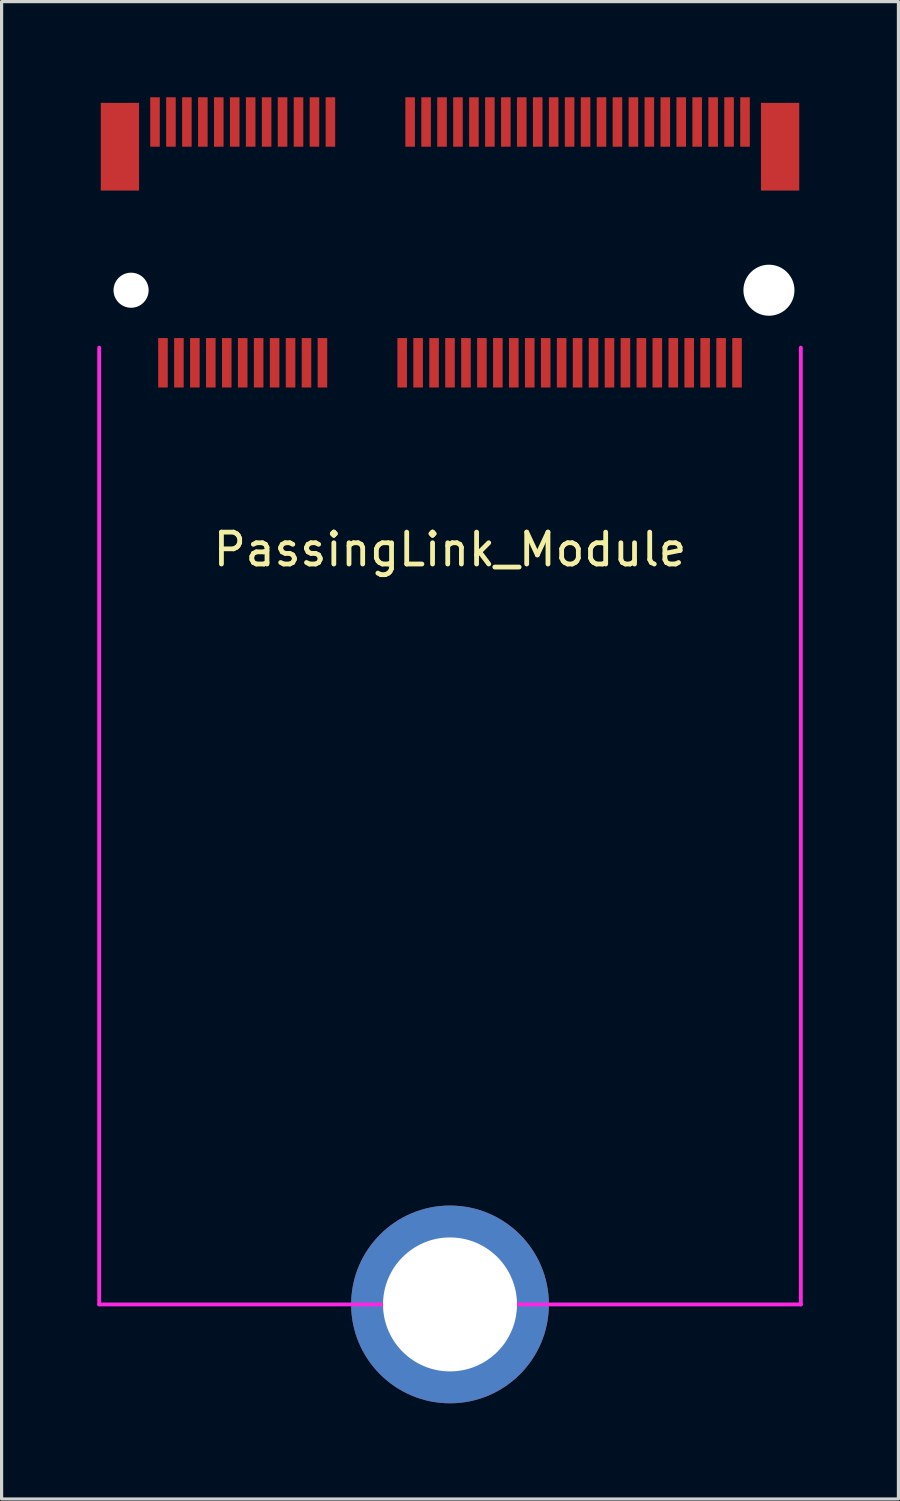
<source format=kicad_pcb>
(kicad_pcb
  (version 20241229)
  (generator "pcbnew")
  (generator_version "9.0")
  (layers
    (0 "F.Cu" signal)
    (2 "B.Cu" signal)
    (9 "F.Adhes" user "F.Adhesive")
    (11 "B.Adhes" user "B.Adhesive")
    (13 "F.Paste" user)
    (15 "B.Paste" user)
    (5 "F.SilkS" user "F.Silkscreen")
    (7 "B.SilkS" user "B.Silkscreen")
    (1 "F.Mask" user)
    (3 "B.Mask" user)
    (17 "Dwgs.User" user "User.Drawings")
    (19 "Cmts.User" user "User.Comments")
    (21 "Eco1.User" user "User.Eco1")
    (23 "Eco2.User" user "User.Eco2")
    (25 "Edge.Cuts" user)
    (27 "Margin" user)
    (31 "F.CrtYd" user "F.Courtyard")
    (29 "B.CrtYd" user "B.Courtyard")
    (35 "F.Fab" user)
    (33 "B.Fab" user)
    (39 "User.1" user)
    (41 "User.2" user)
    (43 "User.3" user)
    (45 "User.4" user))
  (footprint "PassingLink_Module"
    (layer "F.Cu")
    (at 11.06 9.1)
    (property "Reference" "PassingLink_Module" (at 0 5.08 0) (layer "F.SilkS") (effects (font (size 1 1) (thickness 0.15))))
    (attr through_hole)
    (fp_line (start -11 -1.25) (end -11 28.75) (stroke (width 0.12) (type solid)) (layer "F.CrtYd"))
    (fp_line (start -11 28.75) (end -1.75 28.75) (stroke (width 0.12) (type solid)) (layer "F.CrtYd"))
    (fp_line (start 11 -1.25) (end 11 28.75) (stroke (width 0.12) (type solid)) (layer "F.CrtYd"))
    (fp_line (start 11 28.75) (end 1.75 28.75) (stroke (width 0.12) (type solid)) (layer "F.CrtYd"))
    (fp_arc (start -1.75 28.75) (mid 0 27) (end 1.75 28.75) (stroke (width 0.12) (type solid)) (layer "F.CrtYd"))
    (pad "" smd rect (at -10.35 -7.55) (size 1.2 2.75) (layers "F.Cu" "F.Mask" "F.Paste"))
    (pad "" np_thru_hole circle (at -10 -3.05) (size 1.1 1.1) (drill 1.1) (layers "*.Cu" "*.Mask" "F.Paste"))
    (pad "" np_thru_hole circle (at 10 -3.05) (size 1.6 1.6) (drill 1.6) (layers "*.Cu" "*.Mask"))
    (pad "" smd rect (at 10.35 -7.55) (size 1.2 2.75) (layers "F.Cu" "F.Mask" "F.Paste"))
    (pad "1" smd rect (at -9.25 -8.325) (size 0.3 1.55) (layers "F.Cu" "F.Mask" "F.Paste"))
    (pad "2" smd rect (at -9 -0.775) (size 0.3 1.55) (layers "F.Cu" "F.Mask" "F.Paste"))
    (pad "3" smd rect (at -8.75 -8.325) (size 0.3 1.55) (layers "F.Cu" "F.Mask" "F.Paste"))
    (pad "4" smd rect (at -8.5 -0.775) (size 0.3 1.55) (layers "F.Cu" "F.Mask" "F.Paste"))
    (pad "5" smd rect (at -8.25 -8.325) (size 0.3 1.55) (layers "F.Cu" "F.Mask" "F.Paste"))
    (pad "6" smd rect (at -8 -0.775) (size 0.3 1.55) (layers "F.Cu" "F.Mask" "F.Paste"))
    (pad "7" smd rect (at -7.75 -8.325) (size 0.3 1.55) (layers "F.Cu" "F.Mask" "F.Paste"))
    (pad "8" smd rect (at -7.5 -0.775) (size 0.3 1.55) (layers "F.Cu" "F.Mask" "F.Paste"))
    (pad "9" smd rect (at -7.25 -8.325) (size 0.3 1.55) (layers "F.Cu" "F.Mask" "F.Paste"))
    (pad "10" smd rect (at -7 -0.775) (size 0.3 1.55) (layers "F.Cu" "F.Mask" "F.Paste"))
    (pad "11" smd rect (at -6.75 -8.325) (size 0.3 1.55) (layers "F.Cu" "F.Mask" "F.Paste"))
    (pad "12" smd rect (at -6.5 -0.775) (size 0.3 1.55) (layers "F.Cu" "F.Mask" "F.Paste"))
    (pad "13" smd rect (at -6.25 -8.325) (size 0.3 1.55) (layers "F.Cu" "F.Mask" "F.Paste"))
    (pad "14" smd rect (at -6 -0.775) (size 0.3 1.55) (layers "F.Cu" "F.Mask" "F.Paste"))
    (pad "15" smd rect (at -5.75 -8.325) (size 0.3 1.55) (layers "F.Cu" "F.Mask" "F.Paste"))
    (pad "16" smd rect (at -5.5 -0.775) (size 0.3 1.55) (layers "F.Cu" "F.Mask" "F.Paste"))
    (pad "17" smd rect (at -5.25 -8.325) (size 0.3 1.55) (layers "F.Cu" "F.Mask" "F.Paste"))
    (pad "18" smd rect (at -5 -0.775) (size 0.3 1.55) (layers "F.Cu" "F.Mask" "F.Paste"))
    (pad "19" smd rect (at -4.75 -8.325) (size 0.3 1.55) (layers "F.Cu" "F.Mask" "F.Paste"))
    (pad "20" smd rect (at -4.5 -0.775) (size 0.3 1.55) (layers "F.Cu" "F.Mask" "F.Paste"))
    (pad "21" smd rect (at -4.25 -8.325) (size 0.3 1.55) (layers "F.Cu" "F.Mask" "F.Paste"))
    (pad "22" smd rect (at -4 -0.775) (size 0.3 1.55) (layers "F.Cu" "F.Mask" "F.Paste"))
    (pad "23" smd rect (at -3.75 -8.325) (size 0.3 1.55) (layers "F.Cu" "F.Mask" "F.Paste"))
    (pad "32" smd rect (at -1.5 -0.775) (size 0.3 1.55) (layers "F.Cu" "F.Mask" "F.Paste"))
    (pad "33" smd rect (at -1.25 -8.325) (size 0.3 1.55) (layers "F.Cu" "F.Mask" "F.Paste"))
    (pad "34" smd rect (at -1 -0.775) (size 0.3 1.55) (layers "F.Cu" "F.Mask" "F.Paste"))
    (pad "35" smd rect (at -0.75 -8.325) (size 0.3 1.55) (layers "F.Cu" "F.Mask" "F.Paste"))
    (pad "36" smd rect (at -0.5 -0.775) (size 0.3 1.55) (layers "F.Cu" "F.Mask" "F.Paste"))
    (pad "37" smd rect (at -0.25 -8.325) (size 0.3 1.55) (layers "F.Cu" "F.Mask" "F.Paste"))
    (pad "38" smd rect (at 0 -0.775) (size 0.3 1.55) (layers "F.Cu" "F.Mask" "F.Paste"))
    (pad "39" smd rect (at 0.25 -8.325) (size 0.3 1.55) (layers "F.Cu" "F.Mask" "F.Paste"))
    (pad "40" smd rect (at 0.5 -0.775) (size 0.3 1.55) (layers "F.Cu" "F.Mask" "F.Paste"))
    (pad "41" smd rect (at 0.75 -8.325) (size 0.3 1.55) (layers "F.Cu" "F.Mask" "F.Paste"))
    (pad "42" smd rect (at 1 -0.775) (size 0.3 1.55) (layers "F.Cu" "F.Mask" "F.Paste"))
    (pad "43" smd rect (at 1.25 -8.325) (size 0.3 1.55) (layers "F.Cu" "F.Mask" "F.Paste"))
    (pad "44" smd rect (at 1.5 -0.775) (size 0.3 1.55) (layers "F.Cu" "F.Mask" "F.Paste"))
    (pad "45" smd rect (at 1.75 -8.325) (size 0.3 1.55) (layers "F.Cu" "F.Mask" "F.Paste"))
    (pad "46" smd rect (at 2 -0.775) (size 0.3 1.55) (layers "F.Cu" "F.Mask" "F.Paste"))
    (pad "47" smd rect (at 2.25 -8.325) (size 0.3 1.55) (layers "F.Cu" "F.Mask" "F.Paste"))
    (pad "48" smd rect (at 2.5 -0.775) (size 0.3 1.55) (layers "F.Cu" "F.Mask" "F.Paste"))
    (pad "49" smd rect (at 2.75 -8.325) (size 0.3 1.55) (layers "F.Cu" "F.Mask" "F.Paste"))
    (pad "50" smd rect (at 3 -0.775) (size 0.3 1.55) (layers "F.Cu" "F.Mask" "F.Paste"))
    (pad "51" smd rect (at 3.25 -8.325) (size 0.3 1.55) (layers "F.Cu" "F.Mask" "F.Paste"))
    (pad "52" smd rect (at 3.5 -0.775) (size 0.3 1.55) (layers "F.Cu" "F.Mask" "F.Paste"))
    (pad "53" smd rect (at 3.75 -8.325) (size 0.3 1.55) (layers "F.Cu" "F.Mask" "F.Paste"))
    (pad "54" smd rect (at 4 -0.775) (size 0.3 1.55) (layers "F.Cu" "F.Mask" "F.Paste"))
    (pad "55" smd rect (at 4.25 -8.325) (size 0.3 1.55) (layers "F.Cu" "F.Mask" "F.Paste"))
    (pad "56" smd rect (at 4.5 -0.775) (size 0.3 1.55) (layers "F.Cu" "F.Mask" "F.Paste"))
    (pad "57" smd rect (at 4.75 -8.325) (size 0.3 1.55) (layers "F.Cu" "F.Mask" "F.Paste"))
    (pad "58" smd rect (at 5 -0.775) (size 0.3 1.55) (layers "F.Cu" "F.Mask" "F.Paste"))
    (pad "59" smd rect (at 5.25 -8.325) (size 0.3 1.55) (layers "F.Cu" "F.Mask" "F.Paste"))
    (pad "60" smd rect (at 5.5 -0.775) (size 0.3 1.55) (layers "F.Cu" "F.Mask" "F.Paste"))
    (pad "61" smd rect (at 5.75 -8.325) (size 0.3 1.55) (layers "F.Cu" "F.Mask" "F.Paste"))
    (pad "62" smd rect (at 6 -0.775) (size 0.3 1.55) (layers "F.Cu" "F.Mask" "F.Paste"))
    (pad "63" smd rect (at 6.25 -8.325) (size 0.3 1.55) (layers "F.Cu" "F.Mask" "F.Paste"))
    (pad "64" smd rect (at 6.5 -0.775) (size 0.3 1.55) (layers "F.Cu" "F.Mask" "F.Paste"))
    (pad "65" smd rect (at 6.75 -8.325) (size 0.3 1.55) (layers "F.Cu" "F.Mask" "F.Paste"))
    (pad "66" smd rect (at 7 -0.775) (size 0.3 1.55) (layers "F.Cu" "F.Mask" "F.Paste"))
    (pad "67" smd rect (at 7.25 -8.325) (size 0.3 1.55) (layers "F.Cu" "F.Mask" "F.Paste"))
    (pad "68" smd rect (at 7.5 -0.775) (size 0.3 1.55) (layers "F.Cu" "F.Mask" "F.Paste"))
    (pad "69" smd rect (at 7.75 -8.325) (size 0.3 1.55) (layers "F.Cu" "F.Mask" "F.Paste"))
    (pad "70" smd rect (at 8 -0.775) (size 0.3 1.55) (layers "F.Cu" "F.Mask" "F.Paste"))
    (pad "71" smd rect (at 8.25 -8.325) (size 0.3 1.55) (layers "F.Cu" "F.Mask" "F.Paste"))
    (pad "72" smd rect (at 8.5 -0.775) (size 0.3 1.55) (layers "F.Cu" "F.Mask" "F.Paste"))
    (pad "73" smd rect (at 8.75 -8.325) (size 0.3 1.55) (layers "F.Cu" "F.Mask" "F.Paste"))
    (pad "74" smd rect (at 9 -0.775) (size 0.3 1.55) (layers "F.Cu" "F.Mask" "F.Paste"))
    (pad "75" smd rect (at 9.25 -8.325) (size 0.3 1.55) (layers "F.Cu" "F.Mask" "F.Paste"))
    (pad "GND" thru_hole circle (at 0 28.75) (size 6.2 6.2) (drill 4.2) (layers "*.Cu" "*.Mask" "F.Paste")))
  (gr_rect
    (start -3 -3)
    (end 25.12 43.95)
    (stroke (width 0.1) (type default))
    (fill no)
    (layer "Edge.Cuts")))
</source>
